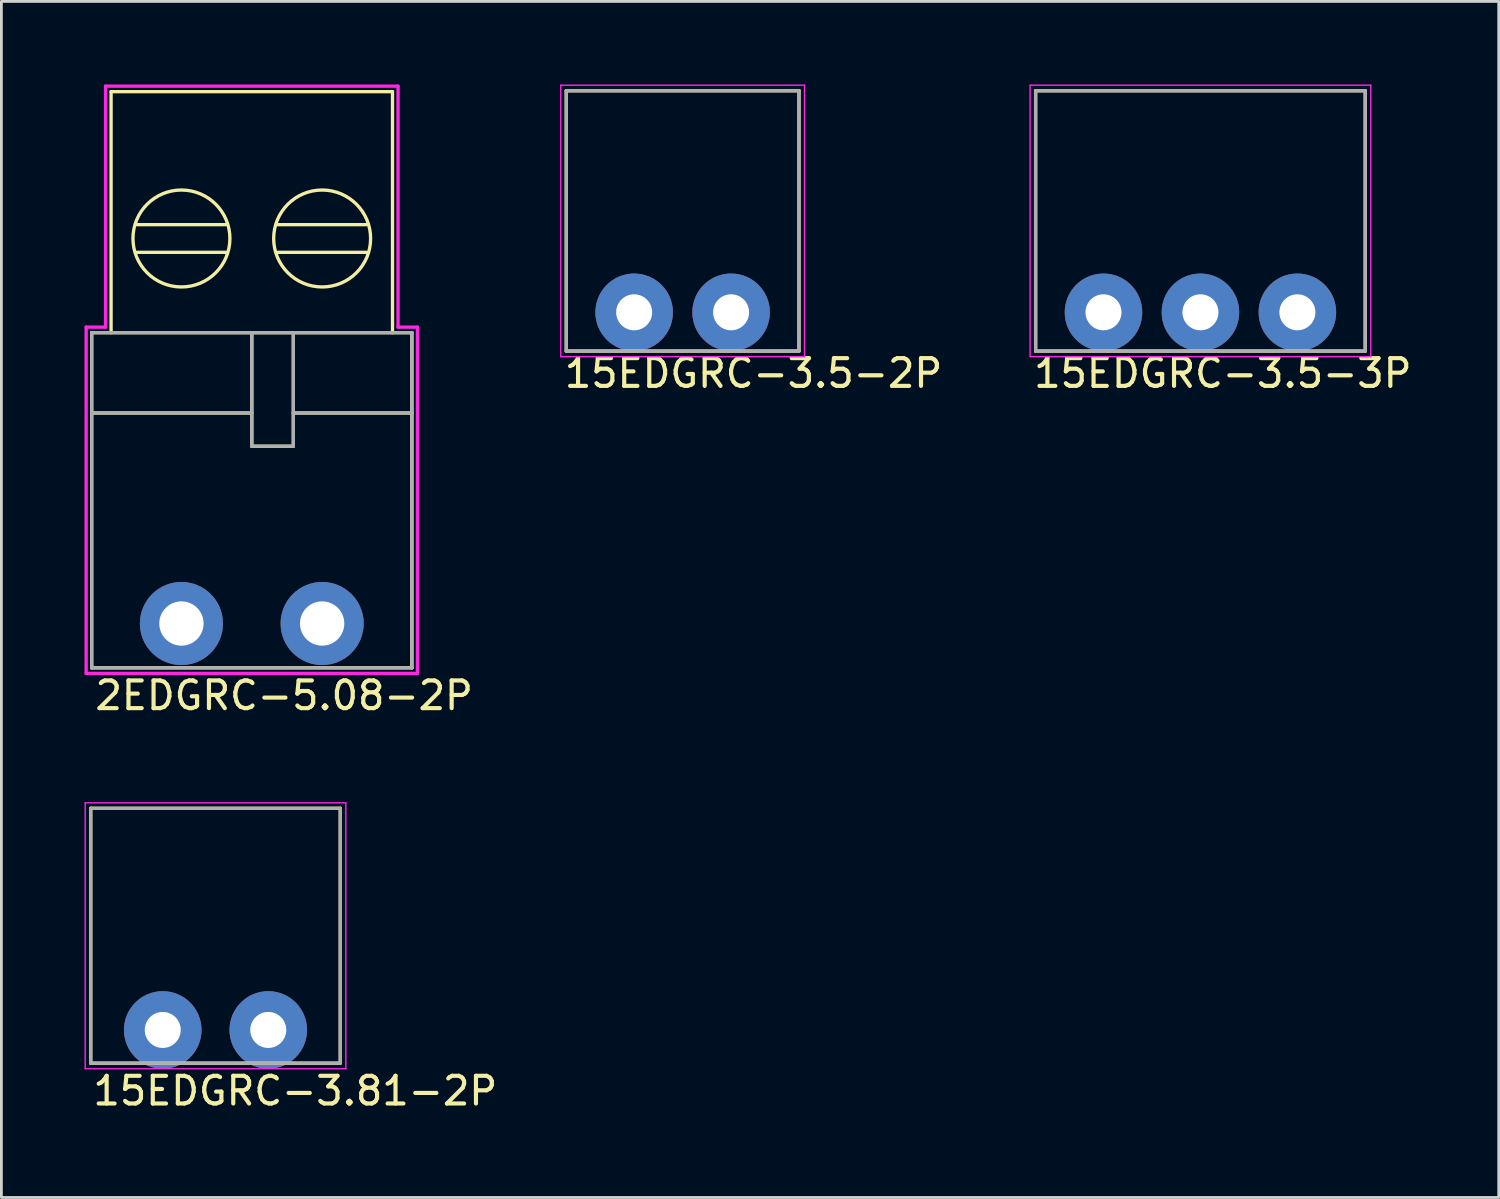
<source format=kicad_pcb>
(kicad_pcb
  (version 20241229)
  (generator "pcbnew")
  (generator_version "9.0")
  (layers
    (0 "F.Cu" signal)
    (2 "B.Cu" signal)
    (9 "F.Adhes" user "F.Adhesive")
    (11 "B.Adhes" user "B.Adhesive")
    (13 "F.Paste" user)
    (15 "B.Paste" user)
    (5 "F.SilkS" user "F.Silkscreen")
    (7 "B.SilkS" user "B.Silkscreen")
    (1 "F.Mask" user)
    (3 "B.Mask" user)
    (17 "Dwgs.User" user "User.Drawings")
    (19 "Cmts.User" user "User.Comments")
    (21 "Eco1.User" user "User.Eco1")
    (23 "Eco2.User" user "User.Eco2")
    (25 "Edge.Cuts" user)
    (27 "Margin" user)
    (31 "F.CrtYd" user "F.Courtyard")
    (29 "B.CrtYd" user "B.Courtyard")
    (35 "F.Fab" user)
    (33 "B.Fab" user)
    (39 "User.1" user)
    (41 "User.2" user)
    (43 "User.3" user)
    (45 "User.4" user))
  (footprint "2EDGRC-5.08-2P"
    (layer "F.Cu")
    (at 3.5 19.46)
    (property "Reference" "2EDGRC-5.08-2P" (at -3.2 2.6 0) (layer "F.SilkS") (effects (font (size 1 1) (thickness 0.15)) (justify left)))
    (attr through_hole)
    (fp_line (start -3.24 -10.5) (end -3.24 1.6) (stroke (width 0.12) (type solid)) (layer "F.SilkS"))
    (fp_line (start -3.24 -10.5) (end 8.32 -10.5) (stroke (width 0.12) (type solid)) (layer "F.SilkS"))
    (fp_line (start -3.24 1.6) (end 8.32 1.6) (stroke (width 0.12) (type solid)) (layer "F.SilkS"))
    (fp_line (start -2.54 -19.2) (end 7.62 -19.2) (stroke (width 0.12) (type solid)) (layer "F.SilkS"))
    (fp_line (start -2.54 -10.5) (end -2.54 -19.2) (stroke (width 0.12) (type solid)) (layer "F.SilkS"))
    (fp_line (start -1.6 -14.4) (end 1.6 -14.4) (stroke (width 0.12) (type solid)) (layer "F.SilkS"))
    (fp_line (start -1.6 -13.4) (end 1.6 -13.4) (stroke (width 0.12) (type solid)) (layer "F.SilkS"))
    (fp_line (start 2.54 -10.5) (end 2.54 -6.4) (stroke (width 0.12) (type solid)) (layer "F.SilkS"))
    (fp_line (start 2.54 -7.6) (end -3.24 -7.6) (stroke (width 0.12) (type solid)) (layer "F.SilkS"))
    (fp_line (start 2.54 -6.4) (end 4.04 -6.4) (stroke (width 0.12) (type solid)) (layer "F.SilkS"))
    (fp_line (start 3.48 -14.4) (end 6.68 -14.4) (stroke (width 0.12) (type solid)) (layer "F.SilkS"))
    (fp_line (start 3.48 -13.4) (end 6.68 -13.4) (stroke (width 0.12) (type solid)) (layer "F.SilkS"))
    (fp_line (start 4.04 -10.5) (end 4.04 -6.4) (stroke (width 0.12) (type solid)) (layer "F.SilkS"))
    (fp_line (start 7.62 -10.5) (end 7.62 -19.2) (stroke (width 0.12) (type solid)) (layer "F.SilkS"))
    (fp_line (start 8.32 -10.5) (end 8.32 1.6) (stroke (width 0.12) (type solid)) (layer "F.SilkS"))
    (fp_line (start 8.32 -7.6) (end 4.04 -7.6) (stroke (width 0.12) (type solid)) (layer "F.SilkS"))
    (fp_circle (center 0 -13.9) (end 1.75 -13.9) (stroke (width 0.12) (type solid)) (fill no) (layer "F.SilkS"))
    (fp_circle (center 5.08 -13.9) (end 6.83 -13.9) (stroke (width 0.12) (type solid)) (fill no) (layer "F.SilkS"))
    (fp_line (start -3.44 1.8) (end -3.44 -10.7) (stroke (width 0.12) (type solid)) (layer "F.CrtYd"))
    (fp_line (start -3.44 1.8) (end 8.52 1.8) (stroke (width 0.12) (type solid)) (layer "F.CrtYd"))
    (fp_line (start -2.74 -19.4) (end -2.74 -10.7) (stroke (width 0.12) (type solid)) (layer "F.CrtYd"))
    (fp_line (start -2.74 -10.7) (end -3.44 -10.7) (stroke (width 0.12) (type solid)) (layer "F.CrtYd"))
    (fp_line (start 7.82 -19.4) (end -2.74 -19.4) (stroke (width 0.12) (type solid)) (layer "F.CrtYd"))
    (fp_line (start 7.82 -10.7) (end 7.82 -19.4) (stroke (width 0.12) (type solid)) (layer "F.CrtYd"))
    (fp_line (start 8.52 -10.7) (end 7.82 -10.7) (stroke (width 0.12) (type solid)) (layer "F.CrtYd"))
    (fp_line (start 8.52 1.8) (end 8.52 -10.7) (stroke (width 0.12) (type solid)) (layer "F.CrtYd"))
    (fp_line (start -3.24 -10.5) (end -3.24 1.6) (stroke (width 0.12) (type solid)) (layer "F.Fab"))
    (fp_line (start -3.24 -10.5) (end 8.32 -10.5) (stroke (width 0.12) (type solid)) (layer "F.Fab"))
    (fp_line (start -3.24 1.6) (end 8.32 1.6) (stroke (width 0.12) (type solid)) (layer "F.Fab"))
    (fp_line (start 2.54 -10.5) (end 2.54 -6.4) (stroke (width 0.12) (type solid)) (layer "F.Fab"))
    (fp_line (start 2.54 -7.6) (end -3.24 -7.6) (stroke (width 0.12) (type solid)) (layer "F.Fab"))
    (fp_line (start 2.54 -6.4) (end 4.04 -6.4) (stroke (width 0.12) (type solid)) (layer "F.Fab"))
    (fp_line (start 4.04 -10.5) (end 4.04 -6.4) (stroke (width 0.12) (type solid)) (layer "F.Fab"))
    (fp_line (start 8.32 -10.5) (end 8.32 1.6) (stroke (width 0.12) (type solid)) (layer "F.Fab"))
    (fp_line (start 8.32 -7.6) (end 4.04 -7.6) (stroke (width 0.12) (type solid)) (layer "F.Fab"))
    (pad "1" thru_hole circle (at 0 0) (size 3 3) (drill 1.6) (layers "*.Cu" "*.Mask"))
    (pad "2" thru_hole circle (at 5.08 0) (size 3 3) (drill 1.6) (layers "*.Cu" "*.Mask")))
  (footprint "15EDGRC-3.5-3P"
    (layer "F.Cu")
    (at 36.788 8.225)
    (property "Reference" "15EDGRC-3.5-3P" (at -2.6 2.2 0) (layer "F.SilkS") (effects (font (size 1 1) (thickness 0.15)) (justify left)))
    (attr through_hole)
    (fp_line (start -2.45 -8) (end -2.45 1.4) (stroke (width 0.12) (type solid)) (layer "F.SilkS"))
    (fp_line (start -2.45 -8) (end 9.45 -8) (stroke (width 0.12) (type solid)) (layer "F.SilkS"))
    (fp_line (start 9.45 -8) (end 9.45 1.4) (stroke (width 0.12) (type solid)) (layer "F.SilkS"))
    (fp_line (start 9.45 1.4) (end -2.45 1.4) (stroke (width 0.12) (type solid)) (layer "F.SilkS"))
    (fp_line (start -2.65 1.6) (end -2.65 -8.2) (stroke (width 0.05) (type solid)) (layer "F.CrtYd"))
    (fp_line (start -2.65 1.6) (end 9.65 1.6) (stroke (width 0.05) (type solid)) (layer "F.CrtYd"))
    (fp_line (start 9.65 -8.2) (end -2.65 -8.2) (stroke (width 0.05) (type solid)) (layer "F.CrtYd"))
    (fp_line (start 9.65 -8.2) (end 9.65 1.6) (stroke (width 0.05) (type solid)) (layer "F.CrtYd"))
    (fp_line (start -2.45 -8) (end -2.45 1.4) (stroke (width 0.12) (type solid)) (layer "F.Fab"))
    (fp_line (start -2.45 1.4) (end 9.45 1.4) (stroke (width 0.12) (type solid)) (layer "F.Fab"))
    (fp_line (start 9.45 -8) (end -2.45 -8) (stroke (width 0.12) (type solid)) (layer "F.Fab"))
    (fp_line (start 9.45 1.4) (end 9.45 -8) (stroke (width 0.12) (type solid)) (layer "F.Fab"))
    (pad "1" thru_hole circle (at 0 0) (size 2.8 2.8) (drill 1.3) (layers "*.Cu" "*.Mask"))
    (pad "2" thru_hole circle (at 3.5 0) (size 2.8 2.8) (drill 1.3) (layers "*.Cu" "*.Mask"))
    (pad "3" thru_hole circle (at 7 0) (size 2.8 2.8) (drill 1.3) (layers "*.Cu" "*.Mask")))
  (footprint "15EDGRC-3.5-2P"
    (layer "F.Cu")
    (at 19.844 8.225)
    (property "Reference" "15EDGRC-3.5-2P" (at -2.6 2.2 0) (layer "F.SilkS") (effects (font (size 1 1) (thickness 0.15)) (justify left)))
    (attr through_hole)
    (fp_line (start -2.45 -8) (end -2.45 1.4) (stroke (width 0.12) (type solid)) (layer "F.SilkS"))
    (fp_line (start -2.45 -8) (end 5.95 -8) (stroke (width 0.12) (type solid)) (layer "F.SilkS"))
    (fp_line (start 5.95 -8) (end 5.95 1.4) (stroke (width 0.12) (type solid)) (layer "F.SilkS"))
    (fp_line (start 5.95 1.4) (end -2.45 1.4) (stroke (width 0.12) (type solid)) (layer "F.SilkS"))
    (fp_line (start -2.65 1.6) (end -2.65 -8.2) (stroke (width 0.05) (type solid)) (layer "F.CrtYd"))
    (fp_line (start -2.65 1.6) (end 6.15 1.6) (stroke (width 0.05) (type solid)) (layer "F.CrtYd"))
    (fp_line (start 6.15 -8.2) (end -2.65 -8.2) (stroke (width 0.05) (type solid)) (layer "F.CrtYd"))
    (fp_line (start 6.15 -8.2) (end 6.15 1.6) (stroke (width 0.05) (type solid)) (layer "F.CrtYd"))
    (fp_line (start -2.45 -8) (end -2.45 1.4) (stroke (width 0.12) (type solid)) (layer "F.Fab"))
    (fp_line (start -2.45 1.4) (end 5.95 1.4) (stroke (width 0.12) (type solid)) (layer "F.Fab"))
    (fp_line (start 5.95 -8) (end -2.45 -8) (stroke (width 0.12) (type solid)) (layer "F.Fab"))
    (fp_line (start 5.95 1.4) (end 5.95 -8) (stroke (width 0.12) (type solid)) (layer "F.Fab"))
    (pad "1" thru_hole circle (at 0 0) (size 2.8 2.8) (drill 1.3) (layers "*.Cu" "*.Mask"))
    (pad "2" thru_hole circle (at 3.5 0) (size 2.8 2.8) (drill 1.3) (layers "*.Cu" "*.Mask")))
  (footprint "15EDGRC-3.81-2P"
    (layer "F.Cu")
    (at 2.825 34.133)
    (property "Reference" "15EDGRC-3.81-2P" (at -2.6 2.2 0) (layer "F.SilkS") (effects (font (size 1 1) (thickness 0.15)) (justify left)))
    (attr through_hole)
    (fp_line (start -2.6 -8) (end -2.6 1.2) (stroke (width 0.12) (type solid)) (layer "F.SilkS"))
    (fp_line (start -2.6 -8) (end 6.41 -8) (stroke (width 0.12) (type solid)) (layer "F.SilkS"))
    (fp_line (start -2.6 1.2) (end 6.4 1.2) (stroke (width 0.12) (type solid)) (layer "F.SilkS"))
    (fp_line (start 6.41 -8) (end 6.41 1.2) (stroke (width 0.12) (type solid)) (layer "F.SilkS"))
    (fp_line (start -2.8 1.4) (end -2.8 -8.2) (stroke (width 0.05) (type solid)) (layer "F.CrtYd"))
    (fp_line (start -2.8 1.4) (end 6.61 1.4) (stroke (width 0.05) (type solid)) (layer "F.CrtYd"))
    (fp_line (start 6.61 -8.2) (end -2.8 -8.2) (stroke (width 0.05) (type solid)) (layer "F.CrtYd"))
    (fp_line (start 6.61 -8.2) (end 6.61 1.4) (stroke (width 0.05) (type solid)) (layer "F.CrtYd"))
    (fp_line (start -2.6 -8) (end -2.6 1.2) (stroke (width 0.12) (type solid)) (layer "F.Fab"))
    (fp_line (start -2.6 1.2) (end 6.41 1.2) (stroke (width 0.12) (type solid)) (layer "F.Fab"))
    (fp_line (start 6.41 -8) (end -2.6 -8) (stroke (width 0.12) (type solid)) (layer "F.Fab"))
    (fp_line (start 6.41 1.2) (end 6.41 -8) (stroke (width 0.12) (type solid)) (layer "F.Fab"))
    (pad "1" thru_hole circle (at 0 0) (size 2.8 2.8) (drill 1.3) (layers "*.Cu" "*.Mask"))
    (pad "2" thru_hole circle (at 3.81 0) (size 2.8 2.8) (drill 1.3) (layers "*.Cu" "*.Mask")))
  (gr_rect
    (start -3 -3)
    (end 51.057 40.181)
    (stroke (width 0.1) (type default))
    (fill no)
    (layer "Edge.Cuts")))
</source>
